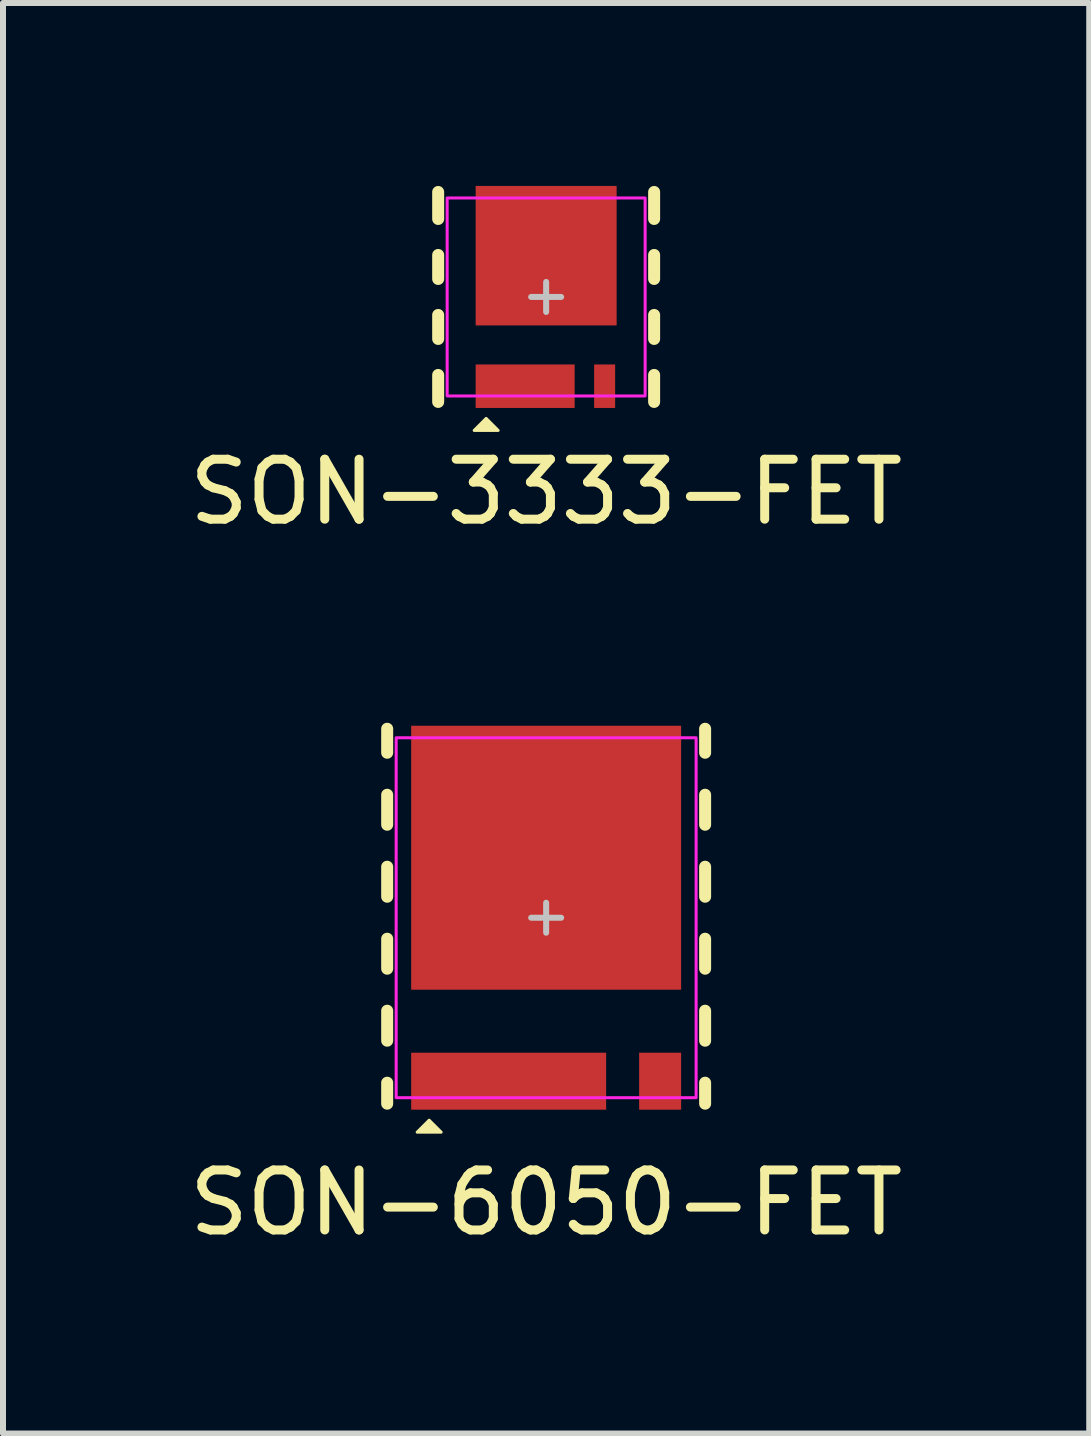
<source format=kicad_pcb>
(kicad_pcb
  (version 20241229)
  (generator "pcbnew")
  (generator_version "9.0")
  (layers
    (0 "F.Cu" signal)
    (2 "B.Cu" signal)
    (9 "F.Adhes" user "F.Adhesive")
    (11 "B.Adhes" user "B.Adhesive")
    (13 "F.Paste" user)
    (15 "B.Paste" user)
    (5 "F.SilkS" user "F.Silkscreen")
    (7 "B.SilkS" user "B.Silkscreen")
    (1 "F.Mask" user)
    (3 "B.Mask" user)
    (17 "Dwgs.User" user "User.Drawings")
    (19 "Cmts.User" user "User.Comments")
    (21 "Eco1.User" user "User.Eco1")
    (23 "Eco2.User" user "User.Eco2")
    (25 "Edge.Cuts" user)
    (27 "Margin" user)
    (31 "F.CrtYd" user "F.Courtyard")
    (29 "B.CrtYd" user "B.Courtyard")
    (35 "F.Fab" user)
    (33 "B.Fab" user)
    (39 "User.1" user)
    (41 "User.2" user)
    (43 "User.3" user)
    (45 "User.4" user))
  (footprint "SON-6050-FET"
    (layer "F.Cu")
    (at 6.054 12.248)
    (property "Reference" "SON-6050-FET" (at 0 4.75 0) (unlocked yes) (layer "F.SilkS") (effects (font (size 1 1) (thickness 0.15))))
    (attr smd)
    (fp_rect (start -2.25 2.25) (end -1.6 3.2) (stroke (width 0.1) (type solid)) (fill yes) (layer "F.Mask"))
    (fp_rect (start -0.95 2.25) (end -0.3 3.2) (stroke (width 0.1) (type solid)) (fill yes) (layer "F.Mask"))
    (fp_rect (start 0.35 2.25) (end 1 3.2) (stroke (width 0.1) (type solid)) (fill yes) (layer "F.Mask"))
    (fp_poly (pts (xy -1.6 -2.525) (xy -0.875 -2.525) (xy -0.875 -3.2) (xy -0.375 -3.2) (xy -0.375 -2.525) (xy 0.375 -2.525) (xy 0.375 -3.2) (xy 0.825 -3.2) (xy 0.825 -2.525) (xy 1.55 -2.525) (xy 1.55 -3.2) (xy 2.25 -3.2) (xy 2.25 1.2) (xy -2.25 1.2) (xy -2.25 -3.2) (xy -1.6 -3.2)) (stroke (width 0.1) (type solid)) (fill yes) (layer "F.Mask"))
    (fp_line (start -2.65 -3.15) (end -2.65 -2.75) (stroke (width 0.2) (type solid)) (layer "F.SilkS"))
    (fp_line (start -2.65 -2.05) (end -2.65 -1.55) (stroke (width 0.2) (type solid)) (layer "F.SilkS"))
    (fp_line (start -2.65 -0.85) (end -2.65 -0.35) (stroke (width 0.2) (type solid)) (layer "F.SilkS"))
    (fp_line (start -2.65 0.35) (end -2.65 0.85) (stroke (width 0.2) (type solid)) (layer "F.SilkS"))
    (fp_line (start -2.65 1.55) (end -2.65 2.05) (stroke (width 0.2) (type solid)) (layer "F.SilkS"))
    (fp_line (start -2.65 2.75) (end -2.65 3.1) (stroke (width 0.2) (type solid)) (layer "F.SilkS"))
    (fp_line (start 2.65 -3.15) (end 2.65 -2.75) (stroke (width 0.2) (type solid)) (layer "F.SilkS"))
    (fp_line (start 2.65 -2.05) (end 2.65 -1.55) (stroke (width 0.2) (type solid)) (layer "F.SilkS"))
    (fp_line (start 2.65 -0.85) (end 2.65 -0.35) (stroke (width 0.2) (type solid)) (layer "F.SilkS"))
    (fp_line (start 2.65 0.35) (end 2.65 0.85) (stroke (width 0.2) (type solid)) (layer "F.SilkS"))
    (fp_line (start 2.65 1.55) (end 2.65 2.05) (stroke (width 0.2) (type solid)) (layer "F.SilkS"))
    (fp_line (start 2.65 2.75) (end 2.65 3.1) (stroke (width 0.2) (type solid)) (layer "F.SilkS"))
    (fp_poly (pts (xy -2.15 3.575) (xy -1.95 3.375) (xy -1.75 3.575)) (stroke (width 0.05) (type solid)) (fill yes) (layer "F.SilkS"))
    (fp_rect (start -2.2 2.3) (end -1.625 3.15) (stroke (width 0) (type solid)) (fill yes) (layer "F.Paste"))
    (fp_rect (start -2.15 -3.1) (end -1.65 -2.5) (stroke (width 0) (type solid)) (fill yes) (layer "F.Paste"))
    (fp_rect (start -2.05 -2.3) (end -1.25 -0.8) (stroke (width 0) (type solid)) (fill yes) (layer "F.Paste"))
    (fp_rect (start -2.05 -0.5) (end -1.25 1) (stroke (width 0) (type solid)) (fill yes) (layer "F.Paste"))
    (fp_rect (start -0.95 -2.3) (end -0.15 -0.8) (stroke (width 0) (type solid)) (fill yes) (layer "F.Paste"))
    (fp_rect (start -0.95 -0.5) (end -0.15 1) (stroke (width 0) (type solid)) (fill yes) (layer "F.Paste"))
    (fp_rect (start -0.925 2.3) (end -0.325 3.15) (stroke (width 0) (type solid)) (fill yes) (layer "F.Paste"))
    (fp_rect (start -0.825 -3.1) (end -0.425 -2.5) (stroke (width 0) (type solid)) (fill yes) (layer "F.Paste"))
    (fp_rect (start 0.15 -2.3) (end 0.95 -0.8) (stroke (width 0) (type solid)) (fill yes) (layer "F.Paste"))
    (fp_rect (start 0.15 -0.5) (end 0.95 1) (stroke (width 0) (type solid)) (fill yes) (layer "F.Paste"))
    (fp_rect (start 0.375 2.3) (end 0.95 3.15) (stroke (width 0) (type solid)) (fill yes) (layer "F.Paste"))
    (fp_rect (start 0.425 -3.1) (end 0.775 -2.5) (stroke (width 0) (type solid)) (fill yes) (layer "F.Paste"))
    (fp_rect (start 1.25 -2.3) (end 2.05 -0.8) (stroke (width 0) (type solid)) (fill yes) (layer "F.Paste"))
    (fp_rect (start 1.25 -0.5) (end 2.05 1) (stroke (width 0) (type solid)) (fill yes) (layer "F.Paste"))
    (fp_rect (start 1.6 -3.1) (end 2.15 -2.5) (stroke (width 0) (type solid)) (fill yes) (layer "F.Paste"))
    (fp_line (start -0.25 0) (end 0.25 0) (stroke (width 0.1) (type solid)) (layer "Dwgs.User"))
    (fp_line (start 0 -0.25) (end 0 0.25) (stroke (width 0.1) (type solid)) (layer "Dwgs.User"))
    (fp_rect (start -2.5 -3) (end 2.5 3) (stroke (width 0.05) (type solid)) (fill no) (layer "F.CrtYd"))
    (pad "D" smd rect (at 0 -1) (size 4.5 4.4) (layers "F.Cu"))
    (pad "G" smd rect (at 1.9 2.725) (size 0.7 0.95) (layers "F.Cu" "F.Mask" "F.Paste"))
    (pad "S" smd rect (at -0.625 2.725) (size 3.25 0.95) (layers "F.Cu")))
  (footprint "SON-3333-FET"
    (layer "F.Cu")
    (at 6.054 1.9)
    (property "Reference" "SON-3333-FET" (at 0 3.25 0) (unlocked yes) (layer "F.SilkS") (effects (font (size 1 1) (thickness 0.15))))
    (attr smd)
    (fp_rect (start -1.175 1.125) (end -0.825 1.85) (stroke (width 0.1) (type solid)) (fill yes) (layer "F.Mask"))
    (fp_rect (start -0.525 1.125) (end -0.175 1.85) (stroke (width 0.1) (type solid)) (fill yes) (layer "F.Mask"))
    (fp_rect (start 0.125 1.125) (end 0.475 1.85) (stroke (width 0.1) (type solid)) (fill yes) (layer "F.Mask"))
    (fp_poly (pts (xy -0.8 -1.325) (xy -0.5 -1.325) (xy -0.5 -1.85) (xy -0.15 -1.85) (xy -0.15 -1.325) (xy 0.15 -1.325) (xy 0.15 -1.85) (xy 0.5 -1.85) (xy 0.5 -1.325) (xy 0.8 -1.325) (xy 0.8 -1.85) (xy 1.175 -1.85) (xy 1.175 0.475) (xy -1.175 0.475) (xy -1.175 -1.85) (xy -0.8 -1.85)) (stroke (width 0.1) (type solid)) (fill yes) (layer "F.Mask"))
    (fp_line (start -1.8 -1.75) (end -1.8 -1.3) (stroke (width 0.2) (type solid)) (layer "F.SilkS"))
    (fp_line (start -1.8 -0.7) (end -1.8 -0.3) (stroke (width 0.2) (type solid)) (layer "F.SilkS"))
    (fp_line (start -1.8 0.3) (end -1.8 0.7) (stroke (width 0.2) (type solid)) (layer "F.SilkS"))
    (fp_line (start -1.8 1.3) (end -1.8 1.75) (stroke (width 0.2) (type solid)) (layer "F.SilkS"))
    (fp_line (start 1.8 -1.75) (end 1.8 -1.3) (stroke (width 0.2) (type solid)) (layer "F.SilkS"))
    (fp_line (start 1.8 -0.7) (end 1.8 -0.3) (stroke (width 0.2) (type solid)) (layer "F.SilkS"))
    (fp_line (start 1.8 0.3) (end 1.8 0.7) (stroke (width 0.2) (type solid)) (layer "F.SilkS"))
    (fp_line (start 1.8 1.3) (end 1.8 1.75) (stroke (width 0.2) (type solid)) (layer "F.SilkS"))
    (fp_poly (pts (xy -1.2 2.225) (xy -1 2.025) (xy -0.8 2.225)) (stroke (width 0.05) (type solid)) (fill yes) (layer "F.SilkS"))
    (fp_rect (start -1.125 1.175) (end -0.85 1.8) (stroke (width 0) (type solid)) (fill yes) (layer "F.Paste"))
    (fp_rect (start -1.1 -1.775) (end -0.825 -1.45) (stroke (width 0) (type solid)) (fill yes) (layer "F.Paste"))
    (fp_rect (start -1.05 -1.25) (end -0.1 -0.55) (stroke (width 0) (type solid)) (fill yes) (layer "F.Paste"))
    (fp_rect (start -1.05 -0.35) (end -0.1 0.35) (stroke (width 0) (type solid)) (fill yes) (layer "F.Paste"))
    (fp_rect (start -0.5 1.175) (end -0.2 1.8) (stroke (width 0) (type solid)) (fill yes) (layer "F.Paste"))
    (fp_rect (start -0.475 -1.775) (end -0.175 -1.45) (stroke (width 0) (type solid)) (fill yes) (layer "F.Paste"))
    (fp_rect (start 0.1 -1.25) (end 1.05 -0.55) (stroke (width 0) (type solid)) (fill yes) (layer "F.Paste"))
    (fp_rect (start 0.1 -0.35) (end 1.05 0.35) (stroke (width 0) (type solid)) (fill yes) (layer "F.Paste"))
    (fp_rect (start 0.15 1.175) (end 0.425 1.8) (stroke (width 0) (type solid)) (fill yes) (layer "F.Paste"))
    (fp_rect (start 0.175 -1.775) (end 0.475 -1.45) (stroke (width 0) (type solid)) (fill yes) (layer "F.Paste"))
    (fp_rect (start 0.825 -1.775) (end 1.1 -1.45) (stroke (width 0) (type solid)) (fill yes) (layer "F.Paste"))
    (fp_line (start -0.25 0) (end 0.25 0) (stroke (width 0.1) (type solid)) (layer "Dwgs.User"))
    (fp_line (start 0 -0.25) (end 0 0.25) (stroke (width 0.1) (type solid)) (layer "Dwgs.User"))
    (fp_rect (start -1.65 -1.65) (end 1.65 1.65) (stroke (width 0.05) (type solid)) (fill no) (layer "F.CrtYd"))
    (pad "D" smd rect (at 0 -0.688) (size 2.35 2.325) (layers "F.Cu"))
    (pad "G" smd rect (at 0.975 1.488 90) (size 0.725 0.35) (layers "F.Cu" "F.Mask" "F.Paste"))
    (pad "S" smd rect (at -0.35 1.488) (size 1.65 0.725) (layers "F.Cu")))
  (gr_rect
    (start -3 -3)
    (end 15.107 20.846)
    (stroke (width 0.1) (type default))
    (fill no)
    (layer "Edge.Cuts")))
</source>
